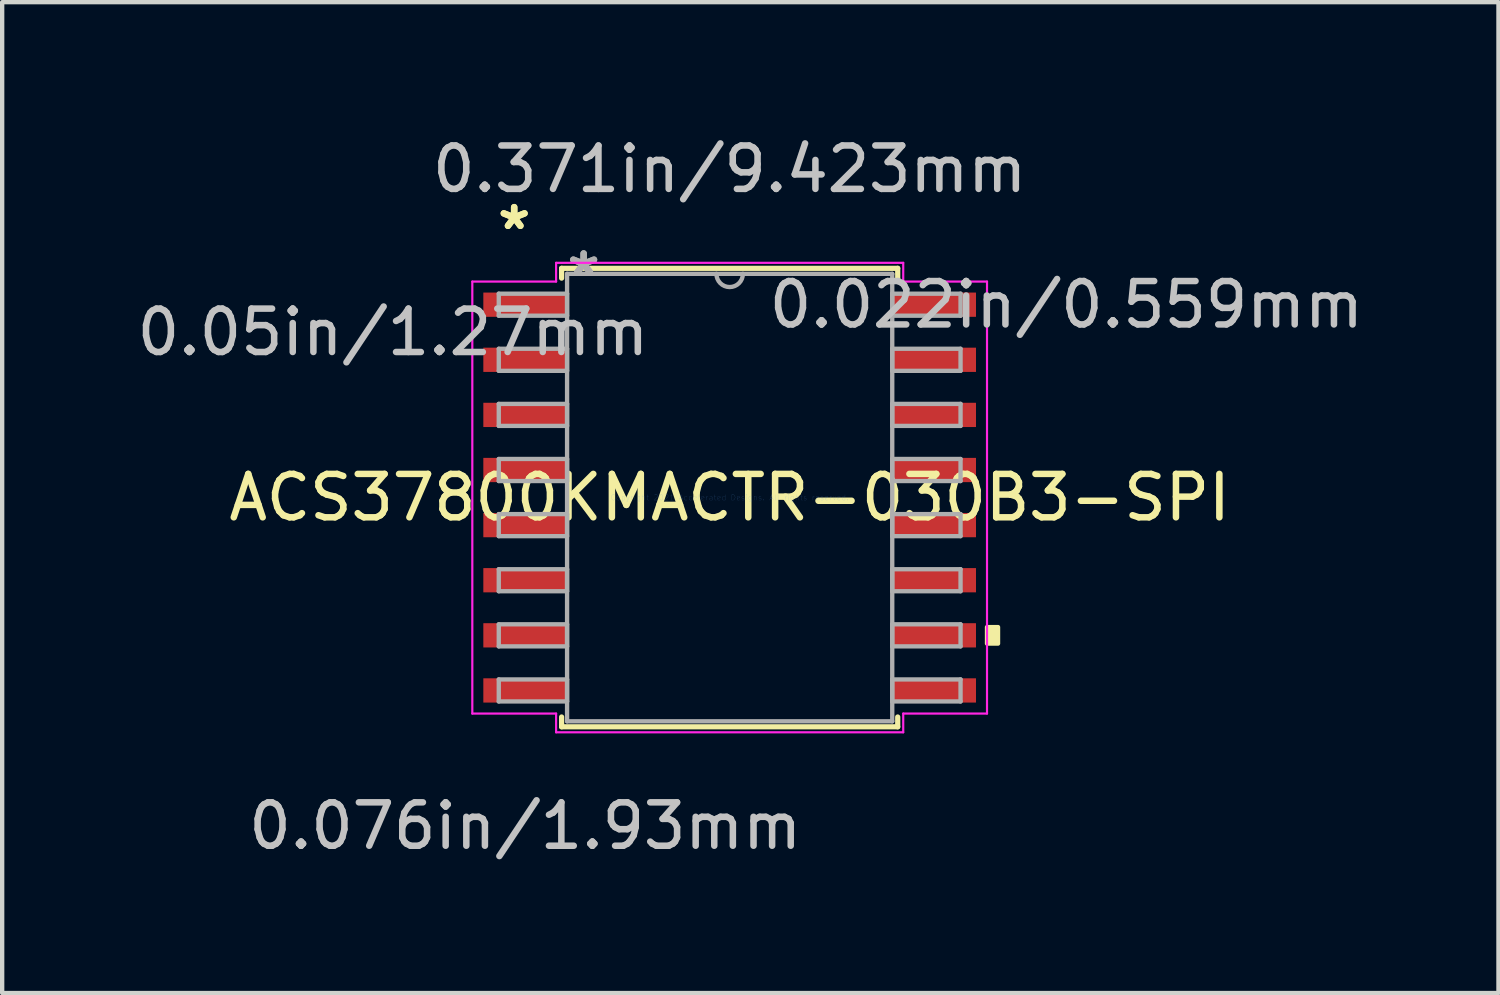
<source format=kicad_pcb>
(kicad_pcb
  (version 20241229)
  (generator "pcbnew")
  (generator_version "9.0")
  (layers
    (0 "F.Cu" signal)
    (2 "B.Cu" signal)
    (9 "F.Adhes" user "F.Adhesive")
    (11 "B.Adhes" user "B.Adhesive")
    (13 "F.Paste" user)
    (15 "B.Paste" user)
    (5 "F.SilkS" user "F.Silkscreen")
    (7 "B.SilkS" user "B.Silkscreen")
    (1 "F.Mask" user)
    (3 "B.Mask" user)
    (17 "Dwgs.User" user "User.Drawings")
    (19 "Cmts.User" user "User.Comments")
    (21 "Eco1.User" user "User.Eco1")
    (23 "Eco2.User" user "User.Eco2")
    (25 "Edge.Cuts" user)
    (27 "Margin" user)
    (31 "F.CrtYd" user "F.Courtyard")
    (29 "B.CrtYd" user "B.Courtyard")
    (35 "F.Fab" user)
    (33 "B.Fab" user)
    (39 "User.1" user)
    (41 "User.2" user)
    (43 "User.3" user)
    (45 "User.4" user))
  (footprint "ACS37800KMACTR-030B3-SPI"
    (layer "F.Cu")
    (at 13.766 8.417)
    (property "Reference" "ACS37800KMACTR-030B3-SPI" (at 0 0 0) (layer "F.SilkS") (effects (font (size 1 1) (thickness 0.15))))
    (attr through_hole)
    (fp_line (start -3.873 -5.283) (end -3.873 -5.057) (stroke (width 0.12) (type solid)) (layer "F.SilkS"))
    (fp_line (start -3.873 5.057) (end -3.873 5.283) (stroke (width 0.12) (type solid)) (layer "F.SilkS"))
    (fp_line (start -3.873 5.283) (end 3.873 5.283) (stroke (width 0.12) (type solid)) (layer "F.SilkS"))
    (fp_line (start 3.873 -5.283) (end -3.873 -5.283) (stroke (width 0.12) (type solid)) (layer "F.SilkS"))
    (fp_line (start 3.873 -5.057) (end 3.873 -5.283) (stroke (width 0.12) (type solid)) (layer "F.SilkS"))
    (fp_line (start 3.873 5.283) (end 3.873 5.057) (stroke (width 0.12) (type solid)) (layer "F.SilkS"))
    (fp_poly (pts (xy 6.185 2.985) (xy 6.185 3.365) (xy 5.931 3.365) (xy 5.931 2.985)) (stroke (width 0.1) (type solid)) (fill yes) (layer "F.SilkS"))
    (fp_line (start -5.931 -4.978) (end -4 -4.978) (stroke (width 0.05) (type solid)) (layer "F.CrtYd"))
    (fp_line (start -5.931 4.978) (end -5.931 -4.978) (stroke (width 0.05) (type solid)) (layer "F.CrtYd"))
    (fp_line (start -4 -5.41) (end 4 -5.41) (stroke (width 0.05) (type solid)) (layer "F.CrtYd"))
    (fp_line (start -4 -4.978) (end -4 -5.41) (stroke (width 0.05) (type solid)) (layer "F.CrtYd"))
    (fp_line (start -4 4.978) (end -5.931 4.978) (stroke (width 0.05) (type solid)) (layer "F.CrtYd"))
    (fp_line (start -4 5.41) (end -4 4.978) (stroke (width 0.05) (type solid)) (layer "F.CrtYd"))
    (fp_line (start 4 -5.41) (end 4 -4.978) (stroke (width 0.05) (type solid)) (layer "F.CrtYd"))
    (fp_line (start 4 -4.978) (end 5.931 -4.978) (stroke (width 0.05) (type solid)) (layer "F.CrtYd"))
    (fp_line (start 4 4.978) (end 4 5.41) (stroke (width 0.05) (type solid)) (layer "F.CrtYd"))
    (fp_line (start 4 5.41) (end -4 5.41) (stroke (width 0.05) (type solid)) (layer "F.CrtYd"))
    (fp_line (start 5.931 -4.978) (end 5.931 4.978) (stroke (width 0.05) (type solid)) (layer "F.CrtYd"))
    (fp_line (start 5.931 4.978) (end 4 4.978) (stroke (width 0.05) (type solid)) (layer "F.CrtYd"))
    (fp_line (start -5.321 -4.699) (end -5.321 -4.191) (stroke (width 0.1) (type solid)) (layer "F.Fab"))
    (fp_line (start -5.321 -4.191) (end -3.747 -4.191) (stroke (width 0.1) (type solid)) (layer "F.Fab"))
    (fp_line (start -5.321 -3.429) (end -5.321 -2.921) (stroke (width 0.1) (type solid)) (layer "F.Fab"))
    (fp_line (start -5.321 -2.921) (end -3.747 -2.921) (stroke (width 0.1) (type solid)) (layer "F.Fab"))
    (fp_line (start -5.321 -2.159) (end -5.321 -1.651) (stroke (width 0.1) (type solid)) (layer "F.Fab"))
    (fp_line (start -5.321 -1.651) (end -3.747 -1.651) (stroke (width 0.1) (type solid)) (layer "F.Fab"))
    (fp_line (start -5.321 -0.889) (end -5.321 -0.381) (stroke (width 0.1) (type solid)) (layer "F.Fab"))
    (fp_line (start -5.321 -0.381) (end -3.747 -0.381) (stroke (width 0.1) (type solid)) (layer "F.Fab"))
    (fp_line (start -5.321 0.381) (end -5.321 0.889) (stroke (width 0.1) (type solid)) (layer "F.Fab"))
    (fp_line (start -5.321 0.889) (end -3.747 0.889) (stroke (width 0.1) (type solid)) (layer "F.Fab"))
    (fp_line (start -5.321 1.651) (end -5.321 2.159) (stroke (width 0.1) (type solid)) (layer "F.Fab"))
    (fp_line (start -5.321 2.159) (end -3.747 2.159) (stroke (width 0.1) (type solid)) (layer "F.Fab"))
    (fp_line (start -5.321 2.921) (end -5.321 3.429) (stroke (width 0.1) (type solid)) (layer "F.Fab"))
    (fp_line (start -5.321 3.429) (end -3.747 3.429) (stroke (width 0.1) (type solid)) (layer "F.Fab"))
    (fp_line (start -5.321 4.191) (end -5.321 4.699) (stroke (width 0.1) (type solid)) (layer "F.Fab"))
    (fp_line (start -5.321 4.699) (end -3.747 4.699) (stroke (width 0.1) (type solid)) (layer "F.Fab"))
    (fp_line (start -3.747 -5.156) (end -3.747 5.156) (stroke (width 0.1) (type solid)) (layer "F.Fab"))
    (fp_line (start -3.747 -4.699) (end -5.321 -4.699) (stroke (width 0.1) (type solid)) (layer "F.Fab"))
    (fp_line (start -3.747 -4.191) (end -3.747 -4.699) (stroke (width 0.1) (type solid)) (layer "F.Fab"))
    (fp_line (start -3.747 -3.429) (end -5.321 -3.429) (stroke (width 0.1) (type solid)) (layer "F.Fab"))
    (fp_line (start -3.747 -2.921) (end -3.747 -3.429) (stroke (width 0.1) (type solid)) (layer "F.Fab"))
    (fp_line (start -3.747 -2.159) (end -5.321 -2.159) (stroke (width 0.1) (type solid)) (layer "F.Fab"))
    (fp_line (start -3.747 -1.651) (end -3.747 -2.159) (stroke (width 0.1) (type solid)) (layer "F.Fab"))
    (fp_line (start -3.747 -0.889) (end -5.321 -0.889) (stroke (width 0.1) (type solid)) (layer "F.Fab"))
    (fp_line (start -3.747 -0.381) (end -3.747 -0.889) (stroke (width 0.1) (type solid)) (layer "F.Fab"))
    (fp_line (start -3.747 0.381) (end -5.321 0.381) (stroke (width 0.1) (type solid)) (layer "F.Fab"))
    (fp_line (start -3.747 0.889) (end -3.747 0.381) (stroke (width 0.1) (type solid)) (layer "F.Fab"))
    (fp_line (start -3.747 1.651) (end -5.321 1.651) (stroke (width 0.1) (type solid)) (layer "F.Fab"))
    (fp_line (start -3.747 2.159) (end -3.747 1.651) (stroke (width 0.1) (type solid)) (layer "F.Fab"))
    (fp_line (start -3.747 2.921) (end -5.321 2.921) (stroke (width 0.1) (type solid)) (layer "F.Fab"))
    (fp_line (start -3.747 3.429) (end -3.747 2.921) (stroke (width 0.1) (type solid)) (layer "F.Fab"))
    (fp_line (start -3.747 4.191) (end -5.321 4.191) (stroke (width 0.1) (type solid)) (layer "F.Fab"))
    (fp_line (start -3.747 4.699) (end -3.747 4.191) (stroke (width 0.1) (type solid)) (layer "F.Fab"))
    (fp_line (start -3.747 5.156) (end 3.747 5.156) (stroke (width 0.1) (type solid)) (layer "F.Fab"))
    (fp_line (start 3.747 -5.156) (end -3.747 -5.156) (stroke (width 0.1) (type solid)) (layer "F.Fab"))
    (fp_line (start 3.747 -4.699) (end 3.747 -4.191) (stroke (width 0.1) (type solid)) (layer "F.Fab"))
    (fp_line (start 3.747 -4.191) (end 5.321 -4.191) (stroke (width 0.1) (type solid)) (layer "F.Fab"))
    (fp_line (start 3.747 -3.429) (end 3.747 -2.921) (stroke (width 0.1) (type solid)) (layer "F.Fab"))
    (fp_line (start 3.747 -2.921) (end 5.321 -2.921) (stroke (width 0.1) (type solid)) (layer "F.Fab"))
    (fp_line (start 3.747 -2.159) (end 3.747 -1.651) (stroke (width 0.1) (type solid)) (layer "F.Fab"))
    (fp_line (start 3.747 -1.651) (end 5.321 -1.651) (stroke (width 0.1) (type solid)) (layer "F.Fab"))
    (fp_line (start 3.747 -0.889) (end 3.747 -0.381) (stroke (width 0.1) (type solid)) (layer "F.Fab"))
    (fp_line (start 3.747 -0.381) (end 5.321 -0.381) (stroke (width 0.1) (type solid)) (layer "F.Fab"))
    (fp_line (start 3.747 0.381) (end 3.747 0.889) (stroke (width 0.1) (type solid)) (layer "F.Fab"))
    (fp_line (start 3.747 0.889) (end 5.321 0.889) (stroke (width 0.1) (type solid)) (layer "F.Fab"))
    (fp_line (start 3.747 1.651) (end 3.747 2.159) (stroke (width 0.1) (type solid)) (layer "F.Fab"))
    (fp_line (start 3.747 2.159) (end 5.321 2.159) (stroke (width 0.1) (type solid)) (layer "F.Fab"))
    (fp_line (start 3.747 2.921) (end 3.747 3.429) (stroke (width 0.1) (type solid)) (layer "F.Fab"))
    (fp_line (start 3.747 3.429) (end 5.321 3.429) (stroke (width 0.1) (type solid)) (layer "F.Fab"))
    (fp_line (start 3.747 4.191) (end 3.747 4.699) (stroke (width 0.1) (type solid)) (layer "F.Fab"))
    (fp_line (start 3.747 4.699) (end 5.321 4.699) (stroke (width 0.1) (type solid)) (layer "F.Fab"))
    (fp_line (start 3.747 5.156) (end 3.747 -5.156) (stroke (width 0.1) (type solid)) (layer "F.Fab"))
    (fp_line (start 5.321 -4.699) (end 3.747 -4.699) (stroke (width 0.1) (type solid)) (layer "F.Fab"))
    (fp_line (start 5.321 -4.191) (end 5.321 -4.699) (stroke (width 0.1) (type solid)) (layer "F.Fab"))
    (fp_line (start 5.321 -3.429) (end 3.747 -3.429) (stroke (width 0.1) (type solid)) (layer "F.Fab"))
    (fp_line (start 5.321 -2.921) (end 5.321 -3.429) (stroke (width 0.1) (type solid)) (layer "F.Fab"))
    (fp_line (start 5.321 -2.159) (end 3.747 -2.159) (stroke (width 0.1) (type solid)) (layer "F.Fab"))
    (fp_line (start 5.321 -1.651) (end 5.321 -2.159) (stroke (width 0.1) (type solid)) (layer "F.Fab"))
    (fp_line (start 5.321 -0.889) (end 3.747 -0.889) (stroke (width 0.1) (type solid)) (layer "F.Fab"))
    (fp_line (start 5.321 -0.381) (end 5.321 -0.889) (stroke (width 0.1) (type solid)) (layer "F.Fab"))
    (fp_line (start 5.321 0.381) (end 3.747 0.381) (stroke (width 0.1) (type solid)) (layer "F.Fab"))
    (fp_line (start 5.321 0.889) (end 5.321 0.381) (stroke (width 0.1) (type solid)) (layer "F.Fab"))
    (fp_line (start 5.321 1.651) (end 3.747 1.651) (stroke (width 0.1) (type solid)) (layer "F.Fab"))
    (fp_line (start 5.321 2.159) (end 5.321 1.651) (stroke (width 0.1) (type solid)) (layer "F.Fab"))
    (fp_line (start 5.321 2.921) (end 3.747 2.921) (stroke (width 0.1) (type solid)) (layer "F.Fab"))
    (fp_line (start 5.321 3.429) (end 5.321 2.921) (stroke (width 0.1) (type solid)) (layer "F.Fab"))
    (fp_line (start 5.321 4.191) (end 3.747 4.191) (stroke (width 0.1) (type solid)) (layer "F.Fab"))
    (fp_line (start 5.321 4.699) (end 5.321 4.191) (stroke (width 0.1) (type solid)) (layer "F.Fab"))
    (fp_arc (start 0.3048 -5.1562) (mid 0 -4.8514) (end -0.3048 -5.1562) (stroke (width 0.1) (type solid)) (layer "F.Fab"))
    (fp_text user "*" (at -4.966 -6.147 0) (layer "F.SilkS") (effects (font (size 1 1) (thickness 0.15))))
    (fp_text user "*" (at -4.966 -6.147 0) (layer "F.SilkS") (effects (font (size 1 1) (thickness 0.15))))
    (fp_text user "0.371in/9.423mm" (at 0 -7.569 0) (layer "Dwgs.User") (effects (font (size 1 1) (thickness 0.15))))
    (fp_text user "0.076in/1.93mm" (at -4.712 7.569 0) (layer "Dwgs.User") (effects (font (size 1 1) (thickness 0.15))))
    (fp_text user "0.05in/1.27mm" (at -7.76 -3.81 0) (layer "Dwgs.User") (effects (font (size 1 1) (thickness 0.15))))
    (fp_text user "0.022in/0.559mm" (at 7.76 -4.445 0) (layer "Dwgs.User") (effects (font (size 1 1) (thickness 0.15))))
    (fp_text user "Copyright 2021 Accelerated Designs. All rights reserved." (at 0 0 0) (layer "Cmts.User") (effects (font (size 0.127 0.127) (thickness 0.002))))
    (fp_text user "*" (at -3.365 -5.08 0) (layer "F.Fab") (effects (font (size 1 1) (thickness 0.15))))
    (fp_text user "*" (at -3.365 -5.08 0) (layer "F.Fab") (effects (font (size 1 1) (thickness 0.15))))
    (pad "1" smd rect (at -4.712 -4.445) (size 1.93 0.559) (layers "F.Cu" "F.Mask" "F.Paste"))
    (pad "2" smd rect (at -4.712 -3.175) (size 1.93 0.559) (layers "F.Cu" "F.Mask" "F.Paste"))
    (pad "3" smd rect (at -4.712 -1.905) (size 1.93 0.559) (layers "F.Cu" "F.Mask" "F.Paste"))
    (pad "4" smd rect (at -4.712 -0.635) (size 1.93 0.559) (layers "F.Cu" "F.Mask" "F.Paste"))
    (pad "5" smd rect (at -4.712 0.635) (size 1.93 0.559) (layers "F.Cu" "F.Mask" "F.Paste"))
    (pad "6" smd rect (at -4.712 1.905) (size 1.93 0.559) (layers "F.Cu" "F.Mask" "F.Paste"))
    (pad "7" smd rect (at -4.712 3.175) (size 1.93 0.559) (layers "F.Cu" "F.Mask" "F.Paste"))
    (pad "8" smd rect (at -4.712 4.445) (size 1.93 0.559) (layers "F.Cu" "F.Mask" "F.Paste"))
    (pad "9" smd rect (at 4.712 4.445) (size 1.93 0.559) (layers "F.Cu" "F.Mask" "F.Paste"))
    (pad "10" smd rect (at 4.712 3.175) (size 1.93 0.559) (layers "F.Cu" "F.Mask" "F.Paste"))
    (pad "11" smd rect (at 4.712 1.905) (size 1.93 0.559) (layers "F.Cu" "F.Mask" "F.Paste"))
    (pad "12" smd rect (at 4.712 0.635) (size 1.93 0.559) (layers "F.Cu" "F.Mask" "F.Paste"))
    (pad "13" smd rect (at 4.712 -0.635) (size 1.93 0.559) (layers "F.Cu" "F.Mask" "F.Paste"))
    (pad "14" smd rect (at 4.712 -1.905) (size 1.93 0.559) (layers "F.Cu" "F.Mask" "F.Paste"))
    (pad "15" smd rect (at 4.712 -3.175) (size 1.93 0.559) (layers "F.Cu" "F.Mask" "F.Paste"))
    (pad "16" smd rect (at 4.712 -4.445) (size 1.93 0.559) (layers "F.Cu" "F.Mask" "F.Paste")))
  (gr_rect
    (start -3 -3)
    (end 31.484 19.835)
    (stroke (width 0.1) (type default))
    (fill no)
    (layer "Edge.Cuts")))
</source>
